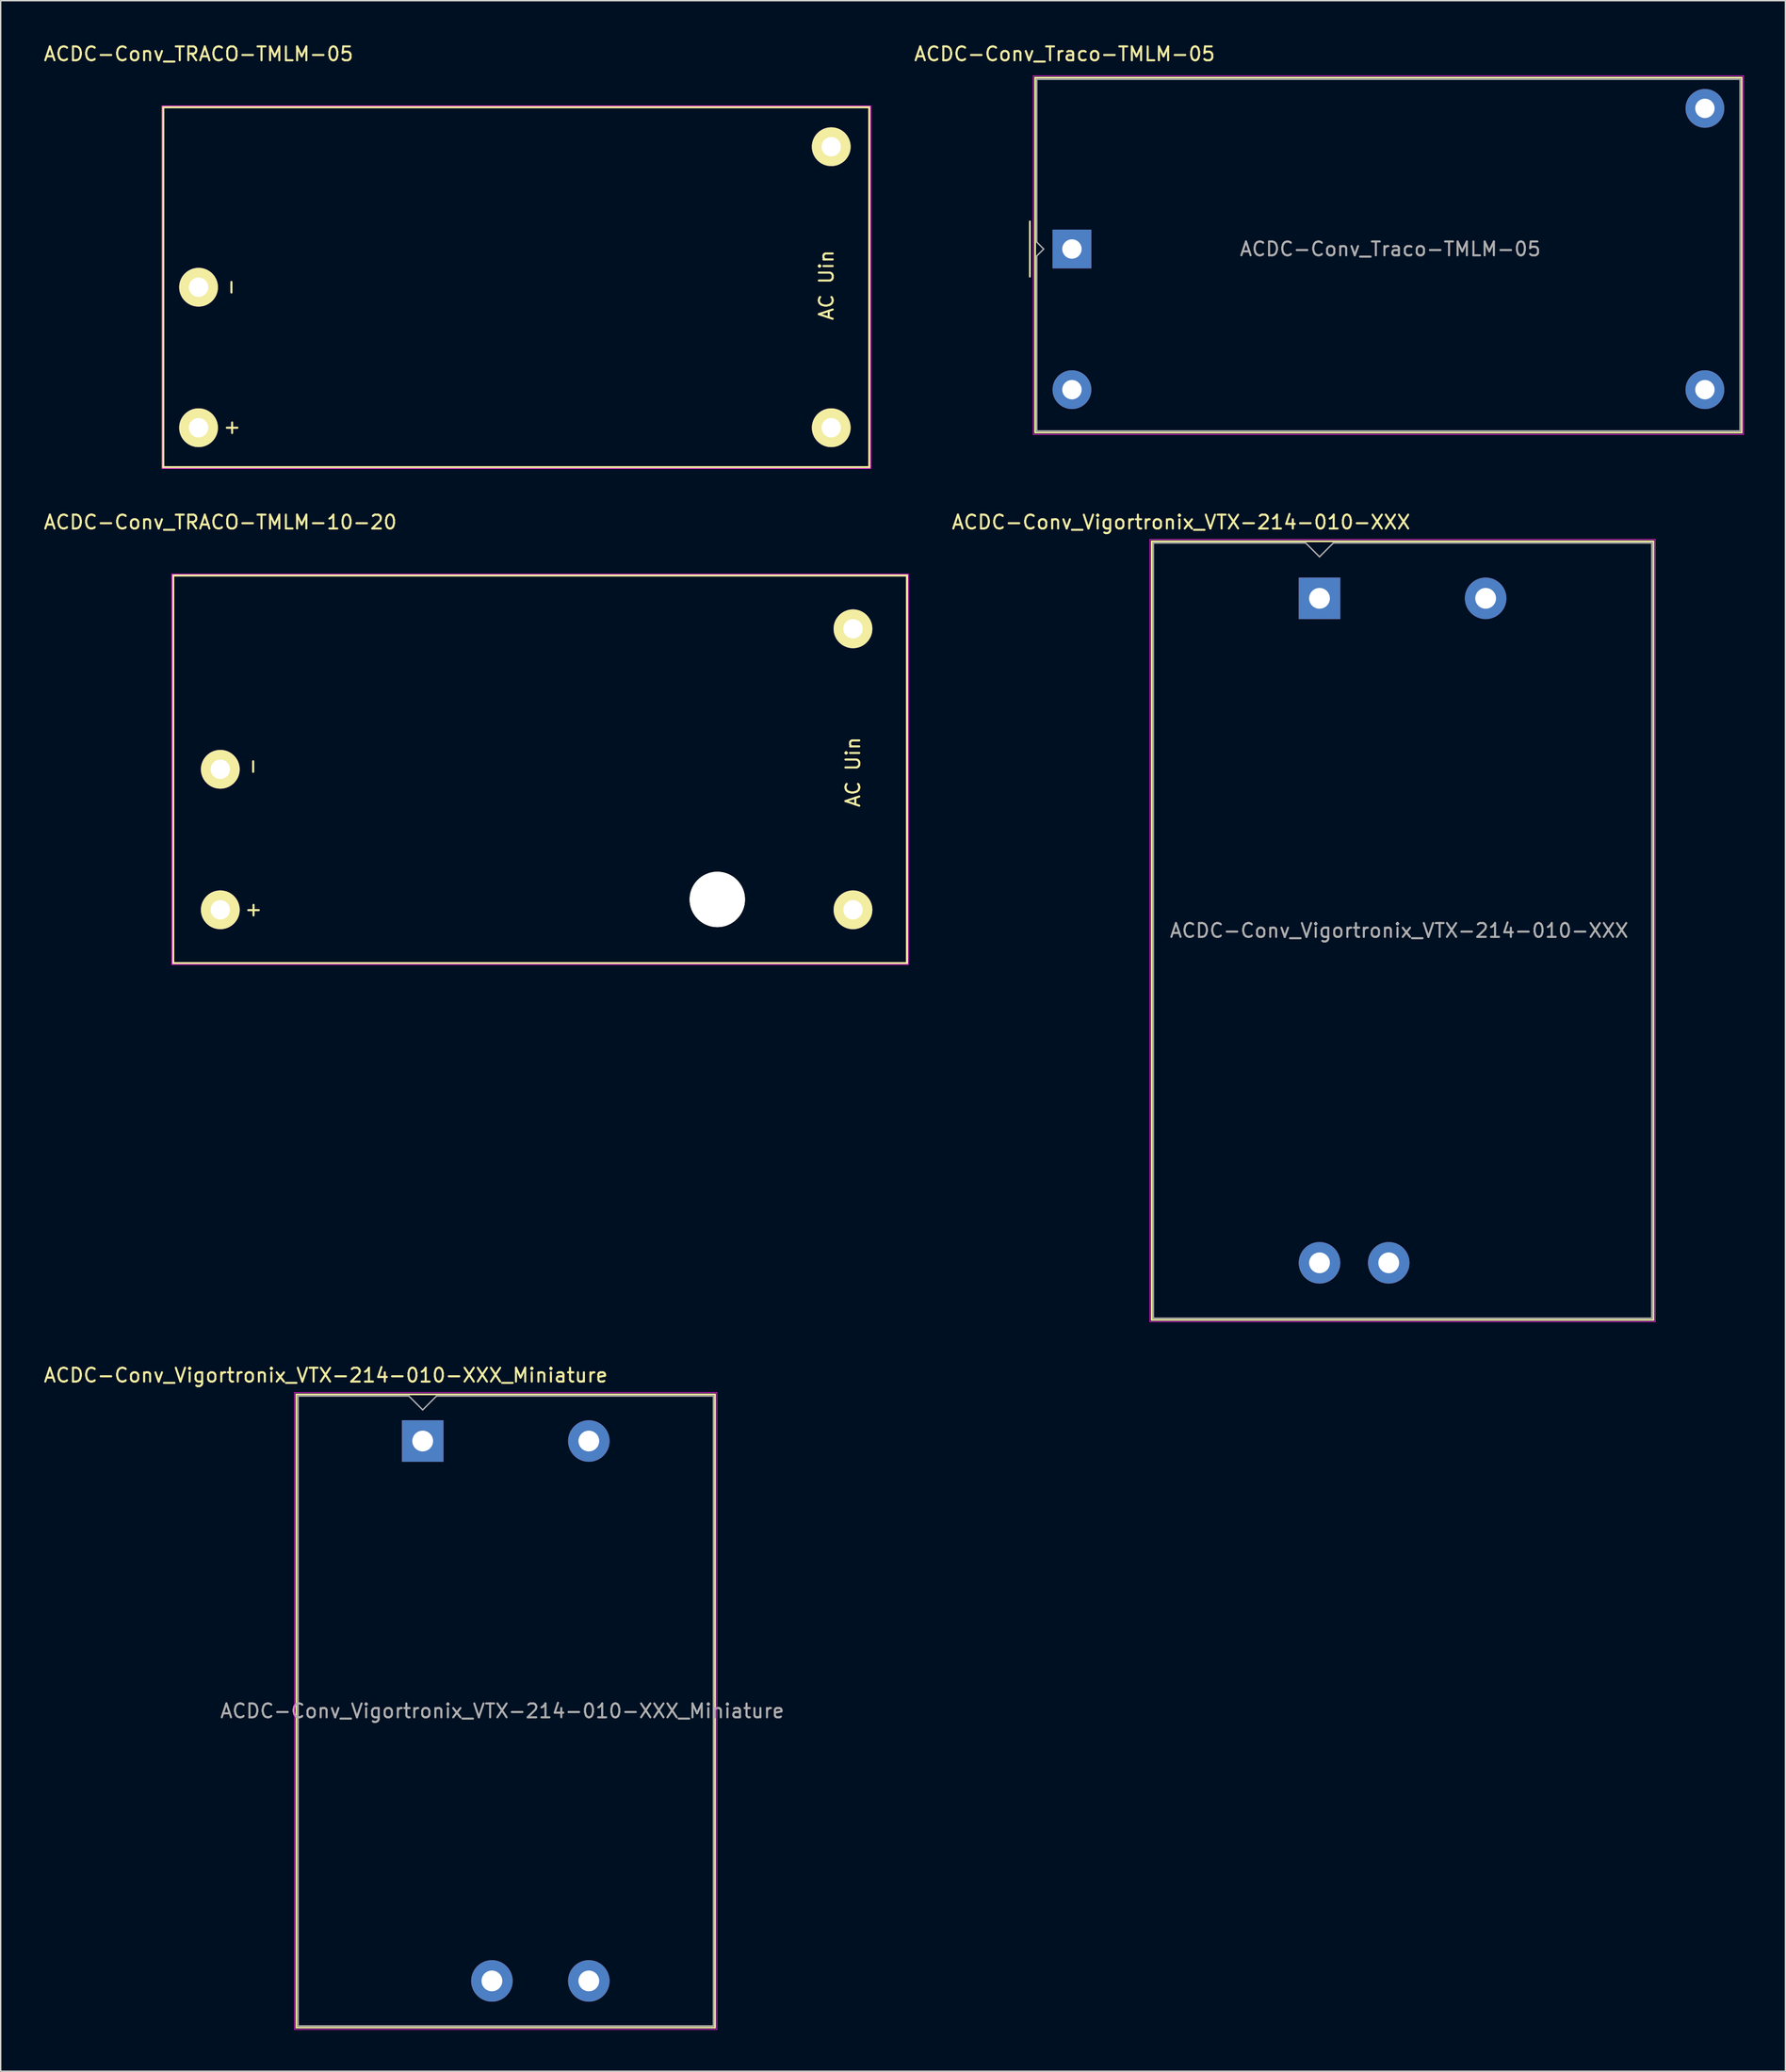
<source format=kicad_pcb>
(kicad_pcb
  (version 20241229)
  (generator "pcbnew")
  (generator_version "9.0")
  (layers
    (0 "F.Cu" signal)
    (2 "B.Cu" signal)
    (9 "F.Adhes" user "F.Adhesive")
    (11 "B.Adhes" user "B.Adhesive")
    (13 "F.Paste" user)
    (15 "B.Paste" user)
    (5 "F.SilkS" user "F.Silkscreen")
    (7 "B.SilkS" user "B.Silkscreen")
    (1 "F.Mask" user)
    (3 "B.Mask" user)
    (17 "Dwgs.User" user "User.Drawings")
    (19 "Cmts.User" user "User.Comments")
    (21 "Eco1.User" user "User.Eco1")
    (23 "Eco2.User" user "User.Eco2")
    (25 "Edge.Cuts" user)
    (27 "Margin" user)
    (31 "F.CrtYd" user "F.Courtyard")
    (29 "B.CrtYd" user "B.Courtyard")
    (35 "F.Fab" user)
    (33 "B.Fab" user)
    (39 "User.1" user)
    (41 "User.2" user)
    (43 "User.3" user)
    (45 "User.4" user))
  (footprint "ACDC-Conv_Traco-TMLM-05"
    (layer "F.Cu")
    (at 74.379 14.938)
    (property "Reference" "ACDC-Conv_Traco-TMLM-05" (at -0.53 -14.09 0) (layer "F.SilkS") (effects (font (size 1 1) (thickness 0.15))))
    (attr through_hole)
    (fp_line (start -3.04 -2) (end -3.04 2) (stroke (width 0.12) (type solid)) (layer "F.SilkS"))
    (fp_line (start -2.66 -12.38) (end 48.38 -12.38) (stroke (width 0.12) (type solid)) (layer "F.SilkS"))
    (fp_line (start -2.66 13.26) (end -2.66 -12.38) (stroke (width 0.12) (type solid)) (layer "F.SilkS"))
    (fp_line (start 48.38 -12.38) (end 48.38 13.26) (stroke (width 0.12) (type solid)) (layer "F.SilkS"))
    (fp_line (start 48.38 13.26) (end -2.66 13.26) (stroke (width 0.12) (type solid)) (layer "F.SilkS"))
    (fp_line (start -2.79 -12.51) (end -2.79 13.39) (stroke (width 0.05) (type solid)) (layer "F.CrtYd"))
    (fp_line (start -2.79 -12.51) (end 48.51 -12.51) (stroke (width 0.05) (type solid)) (layer "F.CrtYd"))
    (fp_line (start -2.79 13.39) (end 48.51 13.39) (stroke (width 0.05) (type solid)) (layer "F.CrtYd"))
    (fp_line (start 48.51 -12.51) (end 48.51 13.39) (stroke (width 0.05) (type solid)) (layer "F.CrtYd"))
    (fp_line (start -2.54 -12.26) (end 48.26 -12.26) (stroke (width 0.1) (type solid)) (layer "F.Fab"))
    (fp_line (start -2.54 -0.5) (end -2.54 -12.26) (stroke (width 0.1) (type solid)) (layer "F.Fab"))
    (fp_line (start -2.54 0.5) (end -2.04 0) (stroke (width 0.1) (type solid)) (layer "F.Fab"))
    (fp_line (start -2.54 13.14) (end -2.54 0.5) (stroke (width 0.1) (type solid)) (layer "F.Fab"))
    (fp_line (start -2.04 0) (end -2.54 -0.5) (stroke (width 0.1) (type solid)) (layer "F.Fab"))
    (fp_line (start 48.26 -12.26) (end 48.26 13.14) (stroke (width 0.1) (type solid)) (layer "F.Fab"))
    (fp_line (start 48.26 13.14) (end -2.54 13.14) (stroke (width 0.1) (type solid)) (layer "F.Fab"))
    (fp_text user "${REFERENCE}" (at 23 0 0) (layer "F.Fab") (effects (font (size 1 1) (thickness 0.15))))
    (pad "1" thru_hole rect (at 0 0) (size 2.8 2.8) (drill 1.4) (layers "*.Cu" "*.Mask"))
    (pad "2" thru_hole circle (at 0 10.16) (size 2.8 2.8) (drill 1.4) (layers "*.Cu" "*.Mask"))
    (pad "3" thru_hole circle (at 45.72 10.16) (size 2.8 2.8) (drill 1.4) (layers "*.Cu" "*.Mask"))
    (pad "4" thru_hole circle (at 45.72 -10.16) (size 2.8 2.8) (drill 1.4) (layers "*.Cu" "*.Mask")))
  (footprint "ACDC-Conv_TRACO-TMLM-10-20"
    (layer "F.Cu")
    (at 12.863 52.522)
    (property "Reference" "ACDC-Conv_TRACO-TMLM-10-20" (at 0 -17.85 0) (layer "F.SilkS") (effects (font (size 1 1) (thickness 0.15))))
    (attr through_hole)
    (fp_line (start -3.4 -14) (end 49.6 -14) (stroke (width 0.15) (type solid)) (layer "F.SilkS"))
    (fp_line (start -3.4 14) (end -3.4 -14) (stroke (width 0.15) (type solid)) (layer "F.SilkS"))
    (fp_line (start 49.6 -14) (end 49.6 14) (stroke (width 0.15) (type solid)) (layer "F.SilkS"))
    (fp_line (start 49.6 14) (end -3.4 14) (stroke (width 0.15) (type solid)) (layer "F.SilkS"))
    (fp_line (start -3.5 -14.1) (end -3.5 14.1) (stroke (width 0.05) (type solid)) (layer "F.CrtYd"))
    (fp_line (start -3.5 -14.1) (end 49.7 -14.1) (stroke (width 0.05) (type solid)) (layer "F.CrtYd"))
    (fp_line (start -3.5 14.1) (end 49.7 14.1) (stroke (width 0.05) (type solid)) (layer "F.CrtYd"))
    (fp_line (start 49.7 -14.1) (end 49.7 14.1) (stroke (width 0.05) (type solid)) (layer "F.CrtYd"))
    (fp_text user "AC Uin" (at 45.7 0.2 90) (layer "F.SilkS") (effects (font (size 1 1) (thickness 0.15))))
    (fp_text user "-" (at 2.3 -0.2 90) (layer "F.SilkS") (effects (font (size 1 1) (thickness 0.15))))
    (fp_text user "+" (at 2.4 10.1 0) (layer "F.SilkS") (effects (font (size 1 1) (thickness 0.15))))
    (pad "" np_thru_hole circle (at 35.9 9.4) (size 4 4) (drill 4) (layers "*.Cu" "*.Mask" "F.SilkS"))
    (pad "1" thru_hole circle (at 0 0) (size 2.8 2.8) (drill 1.4) (layers "*.Cu" "*.Mask" "F.SilkS"))
    (pad "2" thru_hole circle (at 0 10.15) (size 2.8 2.8) (drill 1.4) (layers "*.Cu" "*.Mask" "F.SilkS"))
    (pad "3" thru_hole circle (at 45.7 10.15) (size 2.8 2.8) (drill 1.4) (layers "*.Cu" "*.Mask" "F.SilkS"))
    (pad "4" thru_hole circle (at 45.7 -10.15) (size 2.8 2.8) (drill 1.4) (layers "*.Cu" "*.Mask" "F.SilkS")))
  (footprint "ACDC-Conv_Vigortronix_VTX-214-010-XXX_Miniature"
    (layer "F.Cu")
    (at 27.482 101.045)
    (property "Reference" "ACDC-Conv_Vigortronix_VTX-214-010-XXX_Miniature" (at -7 -4.75 0) (layer "F.SilkS") (effects (font (size 1 1) (thickness 0.15))))
    (attr through_hole)
    (fp_line (start -9.12 -3.37) (end 21.12 -3.37) (stroke (width 0.12) (type solid)) (layer "F.SilkS"))
    (fp_line (start -9.12 42.37) (end -9.12 -3.37) (stroke (width 0.12) (type solid)) (layer "F.SilkS"))
    (fp_line (start 21.12 -3.37) (end 21.12 42.37) (stroke (width 0.12) (type solid)) (layer "F.SilkS"))
    (fp_line (start 21.12 42.37) (end -9.12 42.37) (stroke (width 0.12) (type solid)) (layer "F.SilkS"))
    (fp_line (start -9.25 -3.5) (end 21.25 -3.5) (stroke (width 0.05) (type solid)) (layer "F.CrtYd"))
    (fp_line (start -9.25 42.5) (end -9.25 -3.5) (stroke (width 0.05) (type solid)) (layer "F.CrtYd"))
    (fp_line (start 21.25 -3.5) (end 21.25 42.5) (stroke (width 0.05) (type solid)) (layer "F.CrtYd"))
    (fp_line (start 21.25 42.5) (end -9.25 42.5) (stroke (width 0.05) (type solid)) (layer "F.CrtYd"))
    (fp_line (start -9 -3.25) (end -1 -3.25) (stroke (width 0.1) (type solid)) (layer "F.Fab"))
    (fp_line (start -9 42.25) (end -9 -3.25) (stroke (width 0.1) (type solid)) (layer "F.Fab"))
    (fp_line (start -1 -3.25) (end 0 -2.25) (stroke (width 0.1) (type solid)) (layer "F.Fab"))
    (fp_line (start 0 -2.25) (end 1 -3.25) (stroke (width 0.1) (type solid)) (layer "F.Fab"))
    (fp_line (start 1 -3.25) (end 21 -3.25) (stroke (width 0.1) (type solid)) (layer "F.Fab"))
    (fp_line (start 21 -3.25) (end 21 42.25) (stroke (width 0.1) (type solid)) (layer "F.Fab"))
    (fp_line (start 21 42.25) (end -9 42.25) (stroke (width 0.1) (type solid)) (layer "F.Fab"))
    (fp_text user "${REFERENCE}" (at 5.75 19.5 0) (layer "F.Fab") (effects (font (size 1 1) (thickness 0.15))))
    (pad "1" thru_hole rect (at 0 0) (size 3 3) (drill 1.5) (layers "*.Cu" "*.Mask"))
    (pad "2" thru_hole circle (at 12 0) (size 3 3) (drill 1.5) (layers "*.Cu" "*.Mask"))
    (pad "3" thru_hole circle (at 12 39) (size 3 3) (drill 1.5) (layers "*.Cu" "*.Mask"))
    (pad "4" thru_hole circle (at 5 39) (size 3 3) (drill 1.5) (layers "*.Cu" "*.Mask")))
  (footprint "ACDC-Conv_TRACO-TMLM-05"
    (layer "F.Cu")
    (at 11.292 17.698)
    (property "Reference" "ACDC-Conv_TRACO-TMLM-05" (at 0 -16.85 0) (layer "F.SilkS") (effects (font (size 1 1) (thickness 0.15))))
    (attr through_hole)
    (fp_line (start -2.55 -13) (end 48.45 -13) (stroke (width 0.15) (type solid)) (layer "F.SilkS"))
    (fp_line (start -2.55 13) (end -2.55 -13) (stroke (width 0.15) (type solid)) (layer "F.SilkS"))
    (fp_line (start 48.45 -13) (end 48.45 13) (stroke (width 0.15) (type solid)) (layer "F.SilkS"))
    (fp_line (start 48.45 13) (end -2.55 13) (stroke (width 0.15) (type solid)) (layer "F.SilkS"))
    (fp_line (start -2.65 -13.1) (end -2.65 13.1) (stroke (width 0.05) (type solid)) (layer "F.CrtYd"))
    (fp_line (start -2.65 -13.1) (end 48.55 -13.1) (stroke (width 0.05) (type solid)) (layer "F.CrtYd"))
    (fp_line (start -2.65 13.1) (end 48.55 13.1) (stroke (width 0.05) (type solid)) (layer "F.CrtYd"))
    (fp_line (start 48.55 -13.1) (end 48.55 13.1) (stroke (width 0.05) (type solid)) (layer "F.CrtYd"))
    (fp_text user "AC Uin" (at 45.35 -0.15 90) (layer "F.SilkS") (effects (font (size 1 1) (thickness 0.15))))
    (fp_text user "-" (at 2.3 0 90) (layer "F.SilkS") (effects (font (size 1 1) (thickness 0.15))))
    (fp_text user "+" (at 2.35 10.15 90) (layer "F.SilkS") (effects (font (size 1 1) (thickness 0.15))))
    (pad "1" thru_hole circle (at 0 0) (size 2.8 2.8) (drill 1.4) (layers "*.Cu" "*.Mask" "F.SilkS"))
    (pad "2" thru_hole circle (at 0 10.15) (size 2.8 2.8) (drill 1.4) (layers "*.Cu" "*.Mask" "F.SilkS"))
    (pad "3" thru_hole circle (at 45.7 10.15) (size 2.8 2.8) (drill 1.4) (layers "*.Cu" "*.Mask" "F.SilkS"))
    (pad "4" thru_hole circle (at 45.7 -10.15) (size 2.8 2.8) (drill 1.4) (layers "*.Cu" "*.Mask" "F.SilkS")))
  (footprint "ACDC-Conv_Vigortronix_VTX-214-010-XXX"
    (layer "F.Cu")
    (at 92.261 40.172)
    (property "Reference" "ACDC-Conv_Vigortronix_VTX-214-010-XXX" (at -10 -5.5 0) (layer "F.SilkS") (effects (font (size 1 1) (thickness 0.15))))
    (attr through_hole)
    (fp_line (start -12.12 -4.12) (end 24.12 -4.12) (stroke (width 0.12) (type solid)) (layer "F.SilkS"))
    (fp_line (start -12.12 52.12) (end -12.12 -4.12) (stroke (width 0.12) (type solid)) (layer "F.SilkS"))
    (fp_line (start 24.12 -4.12) (end 24.12 52.12) (stroke (width 0.12) (type solid)) (layer "F.SilkS"))
    (fp_line (start 24.12 52.12) (end -12.12 52.12) (stroke (width 0.12) (type solid)) (layer "F.SilkS"))
    (fp_line (start -12.25 -4.25) (end 24.25 -4.25) (stroke (width 0.05) (type solid)) (layer "F.CrtYd"))
    (fp_line (start -12.25 52.25) (end -12.25 -4.25) (stroke (width 0.05) (type solid)) (layer "F.CrtYd"))
    (fp_line (start 24.25 -4.25) (end 24.25 52.25) (stroke (width 0.05) (type solid)) (layer "F.CrtYd"))
    (fp_line (start 24.25 52.25) (end -12.25 52.25) (stroke (width 0.05) (type solid)) (layer "F.CrtYd"))
    (fp_line (start -12 -4) (end -1 -4) (stroke (width 0.1) (type solid)) (layer "F.Fab"))
    (fp_line (start -12 52) (end -12 -4) (stroke (width 0.1) (type solid)) (layer "F.Fab"))
    (fp_line (start -1 -4) (end 0 -3) (stroke (width 0.1) (type solid)) (layer "F.Fab"))
    (fp_line (start 0 -3) (end 1 -4) (stroke (width 0.1) (type solid)) (layer "F.Fab"))
    (fp_line (start 1 -4) (end 24 -4) (stroke (width 0.1) (type solid)) (layer "F.Fab"))
    (fp_line (start 24 -4) (end 24 52) (stroke (width 0.1) (type solid)) (layer "F.Fab"))
    (fp_line (start 24 52) (end -12 52) (stroke (width 0.1) (type solid)) (layer "F.Fab"))
    (fp_text user "${REFERENCE}" (at 5.75 24 0) (layer "F.Fab") (effects (font (size 1 1) (thickness 0.15))))
    (pad "1" thru_hole rect (at 0 0) (size 3 3) (drill 1.5) (layers "*.Cu" "*.Mask"))
    (pad "2" thru_hole circle (at 12 0) (size 3 3) (drill 1.5) (layers "*.Cu" "*.Mask"))
    (pad "3" thru_hole circle (at 0 48) (size 3 3) (drill 1.5) (layers "*.Cu" "*.Mask"))
    (pad "4" thru_hole circle (at 5 48) (size 3 3) (drill 1.5) (layers "*.Cu" "*.Mask")))
  (gr_rect
    (start -3 -3)
    (end 125.914 146.57)
    (stroke (width 0.1) (type default))
    (fill no)
    (layer "Edge.Cuts")))
</source>
